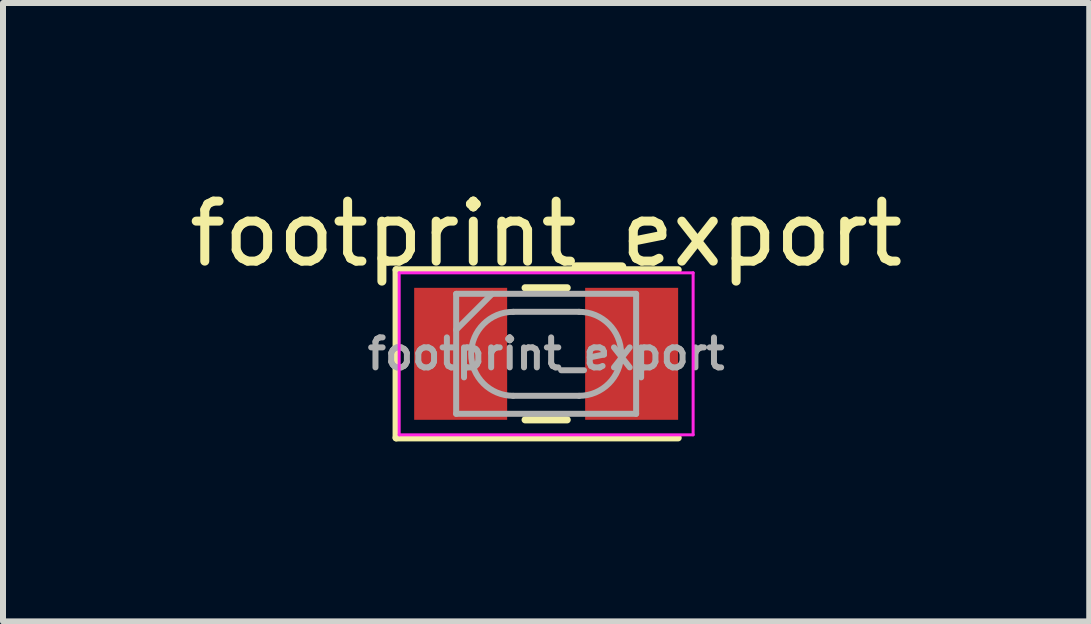
<source format=kicad_pcb>
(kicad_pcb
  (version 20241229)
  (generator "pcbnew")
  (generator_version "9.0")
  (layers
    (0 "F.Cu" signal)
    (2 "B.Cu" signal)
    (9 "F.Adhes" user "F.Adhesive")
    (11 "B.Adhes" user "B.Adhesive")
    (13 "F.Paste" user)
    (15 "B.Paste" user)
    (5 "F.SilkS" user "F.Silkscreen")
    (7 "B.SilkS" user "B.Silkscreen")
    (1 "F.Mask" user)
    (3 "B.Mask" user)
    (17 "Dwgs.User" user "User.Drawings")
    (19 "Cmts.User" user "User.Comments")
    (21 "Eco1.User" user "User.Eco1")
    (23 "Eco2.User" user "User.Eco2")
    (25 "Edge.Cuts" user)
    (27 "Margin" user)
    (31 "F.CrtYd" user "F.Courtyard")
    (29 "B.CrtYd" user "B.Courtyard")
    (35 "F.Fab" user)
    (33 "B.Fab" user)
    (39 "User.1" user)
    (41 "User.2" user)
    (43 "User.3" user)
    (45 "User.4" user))
  (footprint "footprint_export"
    (layer "F.Cu")
    (at 6.054 2.848)
    (property "Reference" "footprint_export" (at 0 -2 0) (layer "F.SilkS") (effects (font (size 1 1) (thickness 0.15))))
    (attr smd)
    (fp_line (start -2.5 -1.4) (end -2.5 1.4) (stroke (width 0.12) (type solid)) (layer "F.SilkS"))
    (fp_line (start -2.5 1.4) (end 2.2 1.4) (stroke (width 0.12) (type solid)) (layer "F.SilkS"))
    (fp_line (start 0.35 -1.1) (end -0.35 -1.1) (stroke (width 0.12) (type solid)) (layer "F.SilkS"))
    (fp_line (start 0.35 1.1) (end -0.35 1.1) (stroke (width 0.12) (type solid)) (layer "F.SilkS"))
    (fp_line (start 2.2 -1.4) (end -2.5 -1.4) (stroke (width 0.12) (type solid)) (layer "F.SilkS"))
    (fp_line (start -2.45 -1.35) (end 2.45 -1.35) (stroke (width 0.05) (type solid)) (layer "F.CrtYd"))
    (fp_line (start -2.45 1.35) (end -2.45 -1.35) (stroke (width 0.05) (type solid)) (layer "F.CrtYd"))
    (fp_line (start 2.45 -1.35) (end 2.45 1.35) (stroke (width 0.05) (type solid)) (layer "F.CrtYd"))
    (fp_line (start 2.45 1.35) (end -2.45 1.35) (stroke (width 0.05) (type solid)) (layer "F.CrtYd"))
    (fp_line (start -1.5 -1) (end -1.5 1) (stroke (width 0.1) (type solid)) (layer "F.Fab"))
    (fp_line (start -1.5 -0.4) (end -0.9 -1) (stroke (width 0.1) (type solid)) (layer "F.Fab"))
    (fp_line (start -1.5 1) (end 1.5 1) (stroke (width 0.1) (type solid)) (layer "F.Fab"))
    (fp_line (start -0.55 -0.7) (end 0.55 -0.7) (stroke (width 0.1) (type solid)) (layer "F.Fab"))
    (fp_line (start -0.55 0.7) (end 0.55 0.7) (stroke (width 0.1) (type solid)) (layer "F.Fab"))
    (fp_line (start 1.5 -1) (end -1.5 -1) (stroke (width 0.1) (type solid)) (layer "F.Fab"))
    (fp_line (start 1.5 1) (end 1.5 -1) (stroke (width 0.1) (type solid)) (layer "F.Fab"))
    (fp_arc (start -0.55 0.7) (mid -1.25 0) (end -0.55 -0.7) (stroke (width 0.1) (type solid)) (layer "F.Fab"))
    (fp_arc (start 0.55 -0.7) (mid 1.25 0) (end 0.55 0.7) (stroke (width 0.1) (type solid)) (layer "F.Fab"))
    (fp_text user "${REFERENCE}" (at 0 0 0) (layer "F.Fab") (effects (font (size 0.5 0.5) (thickness 0.1))))
    (pad "1" smd rect (at 1.425 0) (size 1.55 2.2) (layers "F.Cu" "F.Mask" "F.Paste"))
    (pad "2" smd rect (at -1.425 0) (size 1.55 2.2) (layers "F.Cu" "F.Mask" "F.Paste")))
  (gr_rect
    (start -3 -3)
    (end 15.107 7.308)
    (stroke (width 0.1) (type default))
    (fill no)
    (layer "Edge.Cuts")))
</source>
